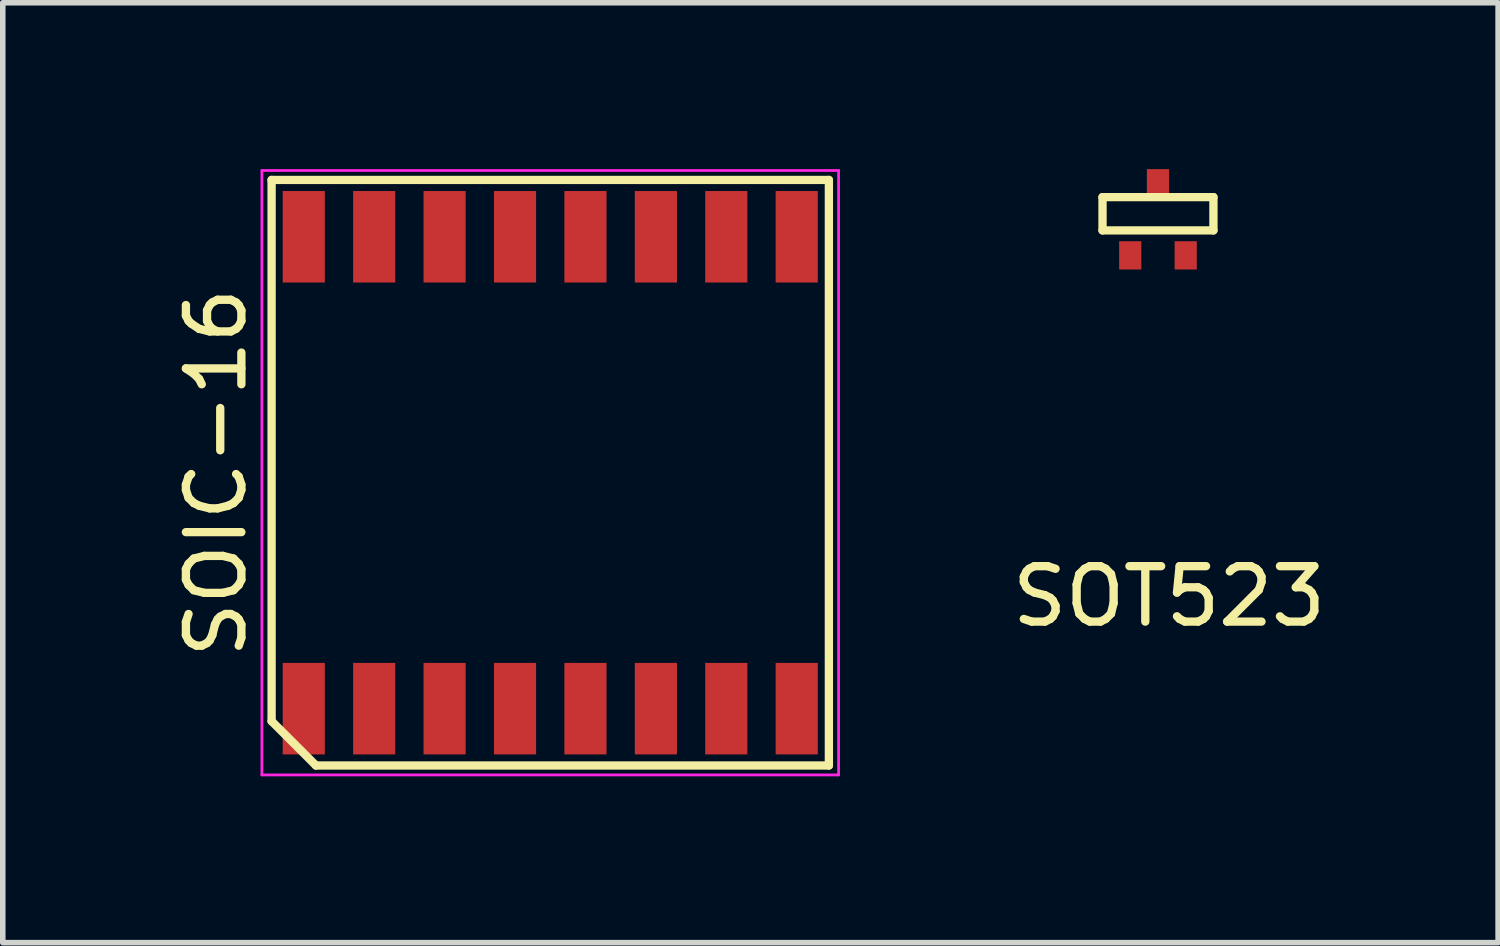
<source format=kicad_pcb>
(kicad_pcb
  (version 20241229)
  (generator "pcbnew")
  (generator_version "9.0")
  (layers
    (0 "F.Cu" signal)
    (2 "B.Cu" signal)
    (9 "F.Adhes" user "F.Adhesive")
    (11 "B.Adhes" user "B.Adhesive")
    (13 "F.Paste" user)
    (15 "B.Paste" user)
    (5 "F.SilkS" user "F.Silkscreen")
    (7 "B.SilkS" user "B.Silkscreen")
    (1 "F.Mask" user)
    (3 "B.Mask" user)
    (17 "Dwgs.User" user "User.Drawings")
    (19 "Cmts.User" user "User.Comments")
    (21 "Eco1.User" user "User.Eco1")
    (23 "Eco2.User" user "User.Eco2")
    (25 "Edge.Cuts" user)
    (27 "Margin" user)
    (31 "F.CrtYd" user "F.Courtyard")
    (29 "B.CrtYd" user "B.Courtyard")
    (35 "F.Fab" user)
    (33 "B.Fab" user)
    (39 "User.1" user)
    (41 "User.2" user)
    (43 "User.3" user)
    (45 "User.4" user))
  (footprint "SOIC-16"
    (layer "F.Cu")
    (at 6.873 5.475)
    (property "Reference" "SOIC-16" (at -6.025 0 90) (layer "F.SilkS") (effects (font (size 1 1) (thickness 0.15))))
    (attr smd)
    (fp_line (start -5.025 -5.28) (end 5.025 -5.28) (stroke (width 0.15) (type solid)) (layer "F.SilkS"))
    (fp_line (start -5.025 4.48) (end -5.025 -5.28) (stroke (width 0.15) (type solid)) (layer "F.SilkS"))
    (fp_line (start -4.225 5.28) (end -5.025 4.48) (stroke (width 0.15) (type solid)) (layer "F.SilkS"))
    (fp_line (start 5.025 -5.28) (end 5.025 5.28) (stroke (width 0.15) (type solid)) (layer "F.SilkS"))
    (fp_line (start 5.025 5.28) (end -4.225 5.28) (stroke (width 0.15) (type solid)) (layer "F.SilkS"))
    (fp_line (start -5.2 -5.45) (end 5.2 -5.45) (stroke (width 0.05) (type solid)) (layer "F.CrtYd"))
    (fp_line (start -5.2 5.45) (end -5.2 -5.45) (stroke (width 0.05) (type solid)) (layer "F.CrtYd"))
    (fp_line (start 5.2 -5.45) (end 5.2 5.45) (stroke (width 0.05) (type solid)) (layer "F.CrtYd"))
    (fp_line (start 5.2 5.45) (end -5.2 5.45) (stroke (width 0.05) (type solid)) (layer "F.CrtYd"))
    (pad "1" smd rect (at -4.445 4.255) (size 0.76 1.65) (layers "F.Cu" "F.Mask" "F.Paste"))
    (pad "2" smd rect (at -3.175 4.255) (size 0.76 1.65) (layers "F.Cu" "F.Mask" "F.Paste"))
    (pad "3" smd rect (at -1.905 4.255) (size 0.76 1.65) (layers "F.Cu" "F.Mask" "F.Paste"))
    (pad "4" smd rect (at -0.635 4.255) (size 0.76 1.65) (layers "F.Cu" "F.Mask" "F.Paste"))
    (pad "5" smd rect (at 0.635 4.255) (size 0.76 1.65) (layers "F.Cu" "F.Mask" "F.Paste"))
    (pad "6" smd rect (at 1.905 4.255) (size 0.76 1.65) (layers "F.Cu" "F.Mask" "F.Paste"))
    (pad "7" smd rect (at 3.175 4.255) (size 0.76 1.65) (layers "F.Cu" "F.Mask" "F.Paste"))
    (pad "8" smd rect (at 4.445 4.255) (size 0.76 1.65) (layers "F.Cu" "F.Mask" "F.Paste"))
    (pad "9" smd rect (at 4.445 -4.255) (size 0.76 1.65) (layers "F.Cu" "F.Mask" "F.Paste"))
    (pad "10" smd rect (at 3.175 -4.255) (size 0.76 1.65) (layers "F.Cu" "F.Mask" "F.Paste"))
    (pad "11" smd rect (at 1.905 -4.255) (size 0.76 1.65) (layers "F.Cu" "F.Mask" "F.Paste"))
    (pad "12" smd rect (at 0.635 -4.255) (size 0.76 1.65) (layers "F.Cu" "F.Mask" "F.Paste"))
    (pad "13" smd rect (at -0.635 -4.255) (size 0.76 1.65) (layers "F.Cu" "F.Mask" "F.Paste"))
    (pad "14" smd rect (at -1.905 -4.255) (size 0.76 1.65) (layers "F.Cu" "F.Mask" "F.Paste"))
    (pad "15" smd rect (at -3.175 -4.255) (size 0.76 1.65) (layers "F.Cu" "F.Mask" "F.Paste"))
    (pad "16" smd rect (at -4.445 -4.255) (size 0.76 1.65) (layers "F.Cu" "F.Mask" "F.Paste")))
  (footprint "SOT523"
    (layer "F.Cu")
    (at 17.833 0.905)
    (property "Reference" "SOT523" (at 0.2 6.8 0) (layer "F.SilkS") (effects (font (size 1 1) (thickness 0.15))))
    (attr through_hole)
    (fp_line (start -1 -0.4) (end -1 0.2) (stroke (width 0.15) (type solid)) (layer "F.SilkS"))
    (fp_line (start -1 0.2) (end 1 0.2) (stroke (width 0.15) (type solid)) (layer "F.SilkS"))
    (fp_line (start 1 -0.4) (end -1 -0.4) (stroke (width 0.15) (type solid)) (layer "F.SilkS"))
    (fp_line (start 1 0.2) (end 1 -0.4) (stroke (width 0.15) (type solid)) (layer "F.SilkS"))
    (pad "1" smd rect (at -0.5 0.65) (size 0.4 0.51) (layers "F.Cu" "F.Mask" "F.Paste"))
    (pad "2" smd rect (at 0 -0.65) (size 0.4 0.51) (layers "F.Cu" "F.Mask" "F.Paste"))
    (pad "3" smd rect (at 0.5 0.65) (size 0.4 0.51) (layers "F.Cu" "F.Mask" "F.Paste")))
  (gr_rect
    (start -3 -3)
    (end 23.967 13.95)
    (stroke (width 0.1) (type default))
    (fill no)
    (layer "Edge.Cuts")))
</source>
